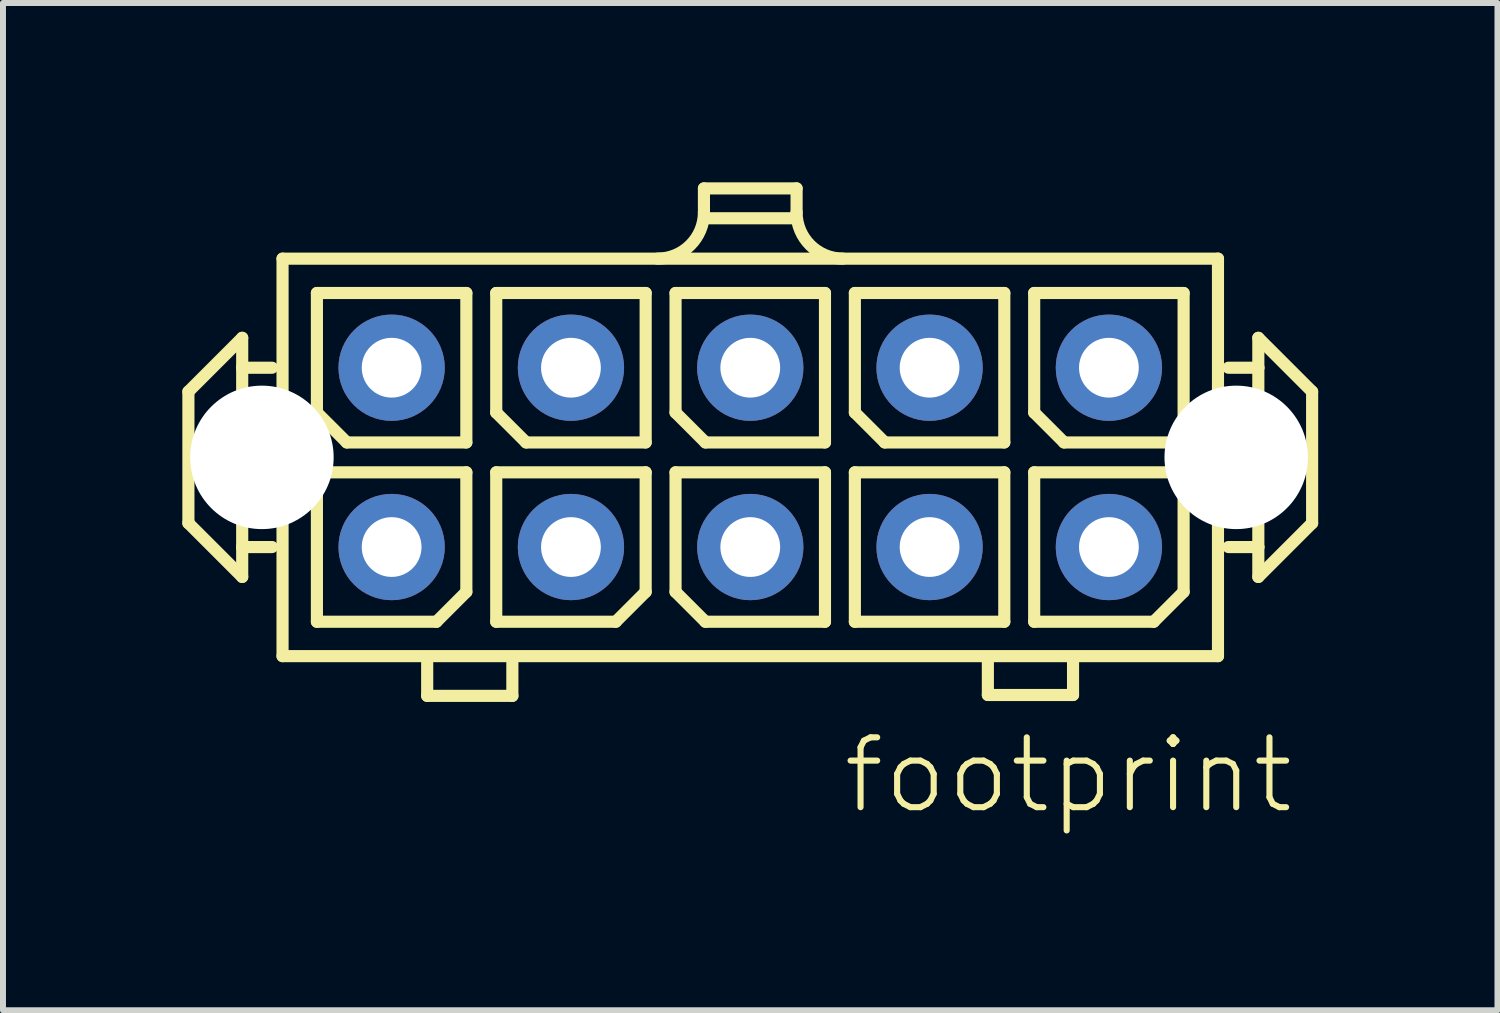
<source format=kicad_pcb>
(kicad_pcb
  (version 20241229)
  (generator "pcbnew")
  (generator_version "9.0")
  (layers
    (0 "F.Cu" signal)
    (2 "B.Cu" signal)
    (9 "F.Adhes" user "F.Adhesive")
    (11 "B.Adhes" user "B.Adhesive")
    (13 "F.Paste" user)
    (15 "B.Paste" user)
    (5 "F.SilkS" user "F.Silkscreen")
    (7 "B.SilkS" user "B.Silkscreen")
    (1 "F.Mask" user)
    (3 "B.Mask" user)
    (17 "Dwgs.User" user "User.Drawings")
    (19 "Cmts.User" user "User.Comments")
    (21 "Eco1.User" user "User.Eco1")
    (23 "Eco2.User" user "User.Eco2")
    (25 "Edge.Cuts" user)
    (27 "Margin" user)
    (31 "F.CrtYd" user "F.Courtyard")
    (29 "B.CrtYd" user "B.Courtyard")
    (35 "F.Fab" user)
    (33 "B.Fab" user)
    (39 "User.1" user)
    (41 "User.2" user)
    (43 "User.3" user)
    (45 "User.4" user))
  (footprint "footprint"
    (layer "F.Cu")
    (at 9.502 4.602)
    (property "Reference" "footprint" (at 1.5 6 0) (layer "F.SilkS") (effects (font (size 1.168 1.168) (thickness 0.102)) (justify left bottom)))
    (fp_line (start -9.4 -1.1) (end -8.5 -2) (stroke (width 0.203) (type solid)) (layer "F.SilkS"))
    (fp_line (start -9.4 1.1) (end -9.4 -1.1) (stroke (width 0.203) (type solid)) (layer "F.SilkS"))
    (fp_line (start -8.5 -2) (end -8.5 -1.5) (stroke (width 0.203) (type solid)) (layer "F.SilkS"))
    (fp_line (start -8.5 -1.5) (end -8.5 1.5) (stroke (width 0.203) (type solid)) (layer "F.SilkS"))
    (fp_line (start -8.5 -1.5) (end -8 -1.5) (stroke (width 0.203) (type solid)) (layer "F.SilkS"))
    (fp_line (start -8.5 1.5) (end -8.5 2) (stroke (width 0.203) (type solid)) (layer "F.SilkS"))
    (fp_line (start -8.5 1.5) (end -8 1.5) (stroke (width 0.203) (type solid)) (layer "F.SilkS"))
    (fp_line (start -8.5 2) (end -9.4 1.1) (stroke (width 0.203) (type solid)) (layer "F.SilkS"))
    (fp_line (start -7.825 -3.325) (end 7.825 -3.325) (stroke (width 0.203) (type solid)) (layer "F.SilkS"))
    (fp_line (start -7.825 3.325) (end -7.825 -3.325) (stroke (width 0.203) (type solid)) (layer "F.SilkS"))
    (fp_line (start -7.25 -2.75) (end -7.25 -0.75) (stroke (width 0.203) (type solid)) (layer "F.SilkS"))
    (fp_line (start -7.25 0.25) (end -7.25 2.75) (stroke (width 0.203) (type solid)) (layer "F.SilkS"))
    (fp_line (start -7.25 0.25) (end -4.75 0.25) (stroke (width 0.203) (type solid)) (layer "F.SilkS"))
    (fp_line (start -7.25 2.75) (end -5.25 2.75) (stroke (width 0.203) (type solid)) (layer "F.SilkS"))
    (fp_line (start -6.75 -0.25) (end -7.25 -0.75) (stroke (width 0.203) (type solid)) (layer "F.SilkS"))
    (fp_line (start -6.75 -0.25) (end -4.75 -0.25) (stroke (width 0.203) (type solid)) (layer "F.SilkS"))
    (fp_line (start -5.405 3.99) (end -5.405 3.44) (stroke (width 0.203) (type solid)) (layer "F.SilkS"))
    (fp_line (start -5.25 2.75) (end -4.75 2.25) (stroke (width 0.203) (type solid)) (layer "F.SilkS"))
    (fp_line (start -4.75 -2.75) (end -7.25 -2.75) (stroke (width 0.203) (type solid)) (layer "F.SilkS"))
    (fp_line (start -4.75 -2.75) (end -4.75 -0.25) (stroke (width 0.203) (type solid)) (layer "F.SilkS"))
    (fp_line (start -4.75 0.25) (end -4.75 2.25) (stroke (width 0.203) (type solid)) (layer "F.SilkS"))
    (fp_line (start -4.25 -2.75) (end -4.25 -0.75) (stroke (width 0.203) (type solid)) (layer "F.SilkS"))
    (fp_line (start -4.25 0.25) (end -4.25 2.75) (stroke (width 0.203) (type solid)) (layer "F.SilkS"))
    (fp_line (start -4.25 0.25) (end -1.75 0.25) (stroke (width 0.203) (type solid)) (layer "F.SilkS"))
    (fp_line (start -4.25 2.75) (end -2.25 2.75) (stroke (width 0.203) (type solid)) (layer "F.SilkS"))
    (fp_line (start -3.98 3.99) (end -5.405 3.99) (stroke (width 0.203) (type solid)) (layer "F.SilkS"))
    (fp_line (start -3.98 3.99) (end -3.98 3.44) (stroke (width 0.203) (type solid)) (layer "F.SilkS"))
    (fp_line (start -3.75 -0.25) (end -4.25 -0.75) (stroke (width 0.203) (type solid)) (layer "F.SilkS"))
    (fp_line (start -3.75 -0.25) (end -1.75 -0.25) (stroke (width 0.203) (type solid)) (layer "F.SilkS"))
    (fp_line (start -2.25 2.75) (end -1.75 2.25) (stroke (width 0.203) (type solid)) (layer "F.SilkS"))
    (fp_line (start -1.75 -2.75) (end -4.25 -2.75) (stroke (width 0.203) (type solid)) (layer "F.SilkS"))
    (fp_line (start -1.75 -2.75) (end -1.75 -0.25) (stroke (width 0.203) (type solid)) (layer "F.SilkS"))
    (fp_line (start -1.75 0.25) (end -1.75 2.25) (stroke (width 0.203) (type solid)) (layer "F.SilkS"))
    (fp_line (start -1.25 -2.75) (end -1.25 -0.75) (stroke (width 0.203) (type solid)) (layer "F.SilkS"))
    (fp_line (start -1.25 0.25) (end -1.25 2.25) (stroke (width 0.203) (type solid)) (layer "F.SilkS"))
    (fp_line (start -1.25 0.25) (end 1.25 0.25) (stroke (width 0.203) (type solid)) (layer "F.SilkS"))
    (fp_line (start -0.775 -4.5) (end 0.775 -4.5) (stroke (width 0.203) (type solid)) (layer "F.SilkS"))
    (fp_line (start -0.775 -4.1) (end -0.775 -4.5) (stroke (width 0.203) (type solid)) (layer "F.SilkS"))
    (fp_line (start -0.75 -0.25) (end -1.25 -0.75) (stroke (width 0.203) (type solid)) (layer "F.SilkS"))
    (fp_line (start -0.75 -0.25) (end 1.25 -0.25) (stroke (width 0.203) (type solid)) (layer "F.SilkS"))
    (fp_line (start -0.75 2.75) (end -1.25 2.25) (stroke (width 0.203) (type solid)) (layer "F.SilkS"))
    (fp_line (start -0.75 2.75) (end 1.25 2.75) (stroke (width 0.203) (type solid)) (layer "F.SilkS"))
    (fp_line (start 0.75 -4) (end -0.75 -4) (stroke (width 0.203) (type solid)) (layer "F.SilkS"))
    (fp_line (start 0.775 -4.1) (end 0.775 -4.5) (stroke (width 0.203) (type solid)) (layer "F.SilkS"))
    (fp_line (start 1.25 -2.75) (end -1.25 -2.75) (stroke (width 0.203) (type solid)) (layer "F.SilkS"))
    (fp_line (start 1.25 -2.75) (end 1.25 -0.25) (stroke (width 0.203) (type solid)) (layer "F.SilkS"))
    (fp_line (start 1.25 0.25) (end 1.25 2.75) (stroke (width 0.203) (type solid)) (layer "F.SilkS"))
    (fp_line (start 1.75 -2.75) (end 1.75 -0.75) (stroke (width 0.203) (type solid)) (layer "F.SilkS"))
    (fp_line (start 1.75 0.25) (end 1.75 2.75) (stroke (width 0.203) (type solid)) (layer "F.SilkS"))
    (fp_line (start 1.75 0.25) (end 4.25 0.25) (stroke (width 0.203) (type solid)) (layer "F.SilkS"))
    (fp_line (start 1.75 2.75) (end 4.25 2.75) (stroke (width 0.203) (type solid)) (layer "F.SilkS"))
    (fp_line (start 2.25 -0.25) (end 1.75 -0.75) (stroke (width 0.203) (type solid)) (layer "F.SilkS"))
    (fp_line (start 2.25 -0.25) (end 4.25 -0.25) (stroke (width 0.203) (type solid)) (layer "F.SilkS"))
    (fp_line (start 3.975 3.975) (end 3.975 3.425) (stroke (width 0.203) (type solid)) (layer "F.SilkS"))
    (fp_line (start 4.25 -2.75) (end 1.75 -2.75) (stroke (width 0.203) (type solid)) (layer "F.SilkS"))
    (fp_line (start 4.25 -2.75) (end 4.25 -0.25) (stroke (width 0.203) (type solid)) (layer "F.SilkS"))
    (fp_line (start 4.25 0.25) (end 4.25 2.75) (stroke (width 0.203) (type solid)) (layer "F.SilkS"))
    (fp_line (start 4.75 -2.75) (end 4.75 -0.75) (stroke (width 0.203) (type solid)) (layer "F.SilkS"))
    (fp_line (start 4.75 0.25) (end 4.75 2.75) (stroke (width 0.203) (type solid)) (layer "F.SilkS"))
    (fp_line (start 4.75 0.25) (end 7.25 0.25) (stroke (width 0.203) (type solid)) (layer "F.SilkS"))
    (fp_line (start 4.75 2.75) (end 6.75 2.75) (stroke (width 0.203) (type solid)) (layer "F.SilkS"))
    (fp_line (start 5.25 -0.25) (end 4.75 -0.75) (stroke (width 0.203) (type solid)) (layer "F.SilkS"))
    (fp_line (start 5.25 -0.25) (end 7.25 -0.25) (stroke (width 0.203) (type solid)) (layer "F.SilkS"))
    (fp_line (start 5.4 3.975) (end 3.975 3.975) (stroke (width 0.203) (type solid)) (layer "F.SilkS"))
    (fp_line (start 5.4 3.975) (end 5.4 3.425) (stroke (width 0.203) (type solid)) (layer "F.SilkS"))
    (fp_line (start 6.75 2.75) (end 7.25 2.25) (stroke (width 0.203) (type solid)) (layer "F.SilkS"))
    (fp_line (start 7.25 -2.75) (end 4.75 -2.75) (stroke (width 0.203) (type solid)) (layer "F.SilkS"))
    (fp_line (start 7.25 -0.25) (end 7.25 -2.75) (stroke (width 0.203) (type solid)) (layer "F.SilkS"))
    (fp_line (start 7.25 2.25) (end 7.25 0.25) (stroke (width 0.203) (type solid)) (layer "F.SilkS"))
    (fp_line (start 7.825 -3.325) (end 7.825 3.325) (stroke (width 0.203) (type solid)) (layer "F.SilkS"))
    (fp_line (start 7.825 3.325) (end -7.825 3.325) (stroke (width 0.203) (type solid)) (layer "F.SilkS"))
    (fp_line (start 8.5 -2) (end 8.5 -1.5) (stroke (width 0.203) (type solid)) (layer "F.SilkS"))
    (fp_line (start 8.5 -2) (end 9.4 -1.1) (stroke (width 0.203) (type solid)) (layer "F.SilkS"))
    (fp_line (start 8.5 -1.5) (end 8 -1.5) (stroke (width 0.203) (type solid)) (layer "F.SilkS"))
    (fp_line (start 8.5 -1.5) (end 8.5 1.5) (stroke (width 0.203) (type solid)) (layer "F.SilkS"))
    (fp_line (start 8.5 1.5) (end 8 1.5) (stroke (width 0.203) (type solid)) (layer "F.SilkS"))
    (fp_line (start 8.5 1.5) (end 8.5 2) (stroke (width 0.203) (type solid)) (layer "F.SilkS"))
    (fp_line (start 9.4 -1.1) (end 9.4 1.1) (stroke (width 0.203) (type solid)) (layer "F.SilkS"))
    (fp_line (start 9.4 1.1) (end 8.5 2) (stroke (width 0.203) (type solid)) (layer "F.SilkS"))
    (fp_arc (start -0.775 -4.1) (mid -1.001992 -3.551992) (end -1.55 -3.325) (stroke (width 0.2032) (type solid)) (layer "F.SilkS"))
    (fp_arc (start 1.55 -3.325) (mid 1.001992 -3.551992) (end 0.775 -4.1) (stroke (width 0.2032) (type solid)) (layer "F.SilkS"))
    (pad "" np_thru_hole circle (at -8.17 0) (size 2.4 2.4) (drill 2.4) (layers "*.Cu" "*.Mask"))
    (pad "" np_thru_hole circle (at 8.13 0) (size 2.4 2.4) (drill 2.4) (layers "*.Cu" "*.Mask"))
    (pad "1" thru_hole circle (at 6 1.5) (size 1.778 1.778) (drill 1) (layers "*.Cu" "*.Mask"))
    (pad "2" thru_hole circle (at 6 -1.5) (size 1.778 1.778) (drill 1) (layers "*.Cu" "*.Mask"))
    (pad "3" thru_hole circle (at 3 1.5) (size 1.778 1.778) (drill 1) (layers "*.Cu" "*.Mask"))
    (pad "4" thru_hole circle (at 3 -1.5) (size 1.778 1.778) (drill 1) (layers "*.Cu" "*.Mask"))
    (pad "5" thru_hole circle (at 0 1.5) (size 1.778 1.778) (drill 1) (layers "*.Cu" "*.Mask"))
    (pad "6" thru_hole circle (at 0 -1.5) (size 1.778 1.778) (drill 1) (layers "*.Cu" "*.Mask"))
    (pad "7" thru_hole circle (at -3 1.5) (size 1.778 1.778) (drill 1) (layers "*.Cu" "*.Mask"))
    (pad "8" thru_hole circle (at -3 -1.5) (size 1.778 1.778) (drill 1) (layers "*.Cu" "*.Mask"))
    (pad "9" thru_hole circle (at -6 1.5) (size 1.778 1.778) (drill 1) (layers "*.Cu" "*.Mask"))
    (pad "10" thru_hole circle (at -6 -1.5) (size 1.778 1.778) (drill 1) (layers "*.Cu" "*.Mask")))
  (gr_rect
    (start -3 -3)
    (end 22.003 13.852)
    (stroke (width 0.1) (type default))
    (fill no)
    (layer "Edge.Cuts")))
</source>
